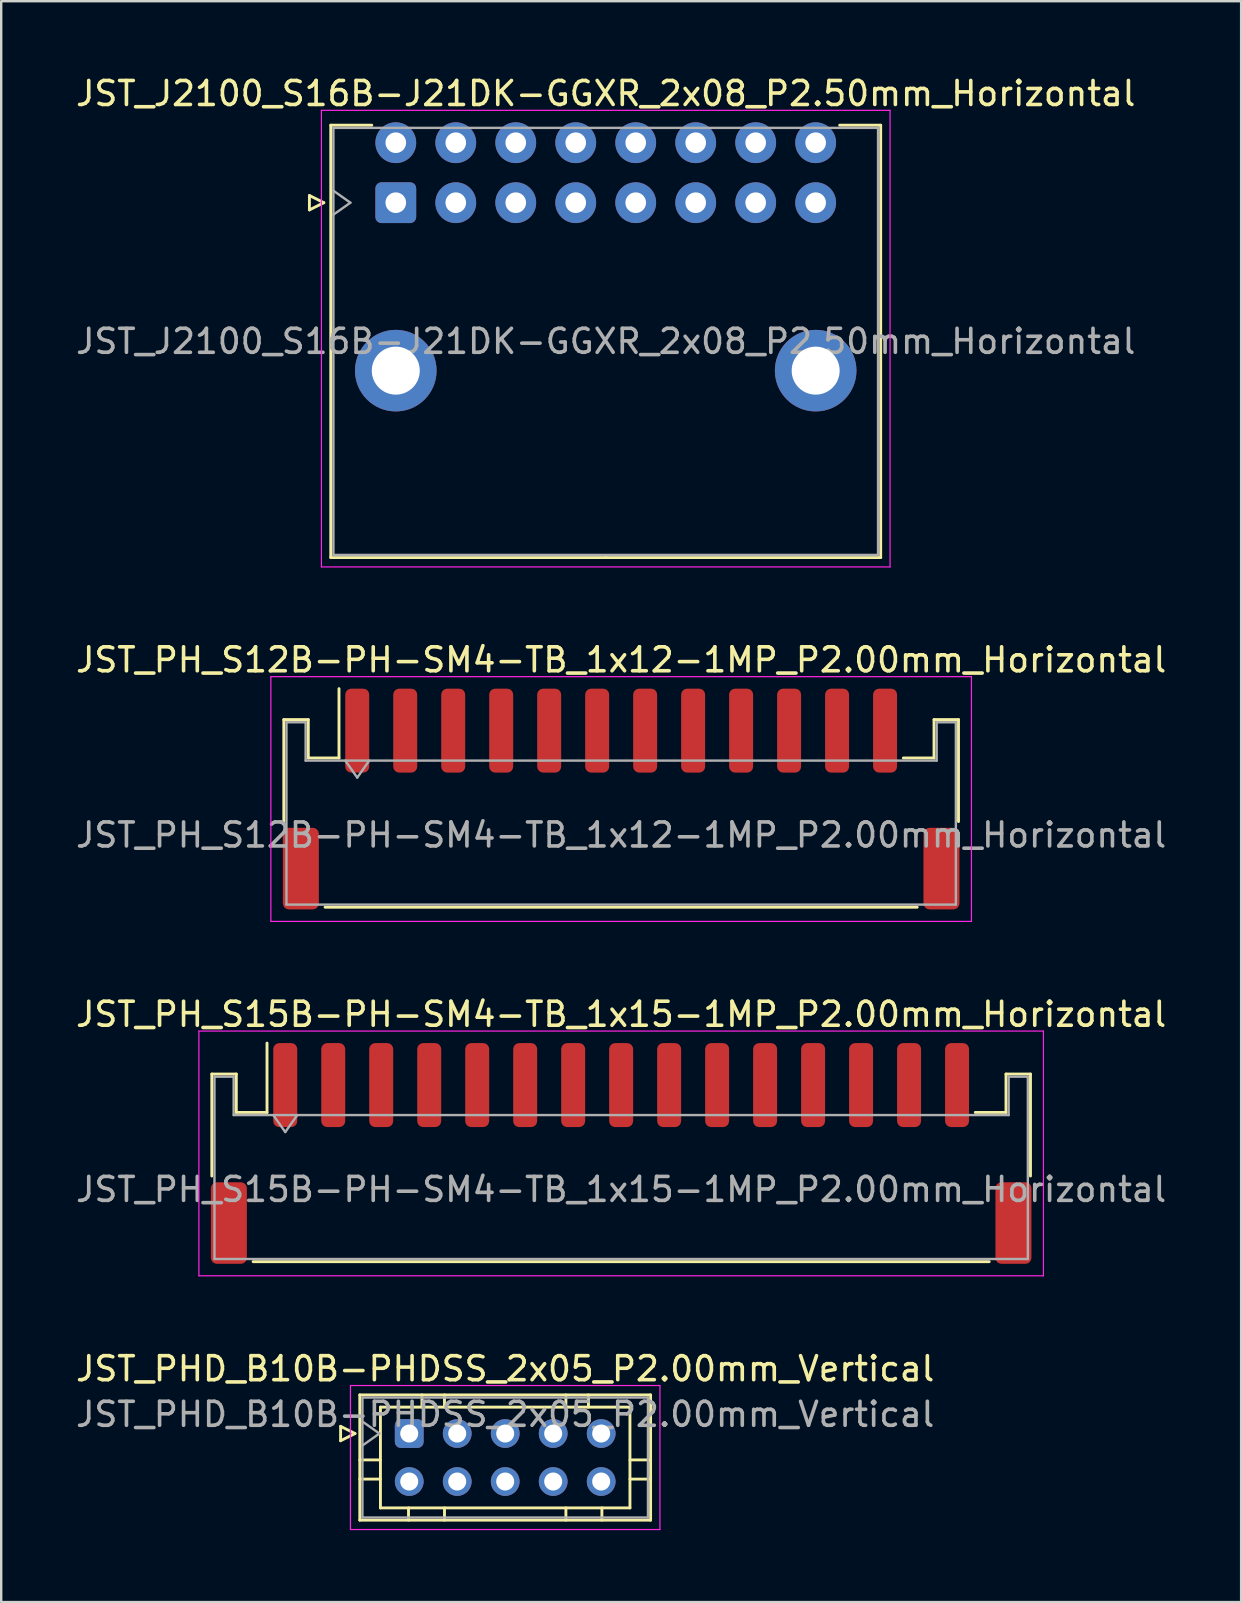
<source format=kicad_pcb>
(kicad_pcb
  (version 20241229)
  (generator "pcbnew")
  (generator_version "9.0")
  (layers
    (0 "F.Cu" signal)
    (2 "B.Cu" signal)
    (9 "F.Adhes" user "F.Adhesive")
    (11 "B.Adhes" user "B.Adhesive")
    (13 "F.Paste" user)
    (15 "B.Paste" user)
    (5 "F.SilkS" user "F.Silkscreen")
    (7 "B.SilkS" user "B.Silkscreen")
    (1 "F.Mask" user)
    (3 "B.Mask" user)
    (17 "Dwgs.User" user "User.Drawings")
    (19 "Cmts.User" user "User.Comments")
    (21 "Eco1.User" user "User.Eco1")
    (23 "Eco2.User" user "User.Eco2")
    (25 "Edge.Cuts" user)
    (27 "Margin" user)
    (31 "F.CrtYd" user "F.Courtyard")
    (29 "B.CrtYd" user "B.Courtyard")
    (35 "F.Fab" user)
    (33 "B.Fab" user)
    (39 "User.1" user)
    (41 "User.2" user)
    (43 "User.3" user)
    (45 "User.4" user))
  (footprint "JST_J2100_S16B-J21DK-GGXR_2x08_P2.50mm_Horizontal"
    (layer "F.Cu")
    (at 13.446 5.398)
    (property "Reference" "JST_J2100_S16B-J21DK-GGXR_2x08_P2.50mm_Horizontal" (at 8.75 -4.55 0) (layer "F.SilkS") (effects (font (size 1 1) (thickness 0.15))))
    (attr through_hole)
    (fp_line (start -3.6 -0.3) (end -3 0) (stroke (width 0.12) (type solid)) (layer "F.SilkS"))
    (fp_line (start -3.6 0.3) (end -3.6 -0.3) (stroke (width 0.12) (type solid)) (layer "F.SilkS"))
    (fp_line (start -3 0) (end -3.6 0.3) (stroke (width 0.12) (type solid)) (layer "F.SilkS"))
    (fp_line (start -2.71 -3.23) (end -2.71 14.79) (stroke (width 0.12) (type solid)) (layer "F.SilkS"))
    (fp_line (start -2.71 14.79) (end 8.75 14.79) (stroke (width 0.12) (type solid)) (layer "F.SilkS"))
    (fp_line (start -1 -3.23) (end -2.71 -3.23) (stroke (width 0.12) (type solid)) (layer "F.SilkS"))
    (fp_line (start 18.5 -3.23) (end 20.21 -3.23) (stroke (width 0.12) (type solid)) (layer "F.SilkS"))
    (fp_line (start 20.21 -3.23) (end 20.21 14.79) (stroke (width 0.12) (type solid)) (layer "F.SilkS"))
    (fp_line (start 20.21 14.79) (end 8.75 14.79) (stroke (width 0.12) (type solid)) (layer "F.SilkS"))
    (fp_line (start -3.1 -3.85) (end -3.1 15.18) (stroke (width 0.05) (type solid)) (layer "F.CrtYd"))
    (fp_line (start -3.1 15.18) (end 20.6 15.18) (stroke (width 0.05) (type solid)) (layer "F.CrtYd"))
    (fp_line (start 20.6 -3.85) (end -3.1 -3.85) (stroke (width 0.05) (type solid)) (layer "F.CrtYd"))
    (fp_line (start 20.6 15.18) (end 20.6 -3.85) (stroke (width 0.05) (type solid)) (layer "F.CrtYd"))
    (fp_line (start -2.6 -3.12) (end -2.6 14.68) (stroke (width 0.1) (type solid)) (layer "F.Fab"))
    (fp_line (start -2.6 0.5) (end -1.893 0) (stroke (width 0.1) (type solid)) (layer "F.Fab"))
    (fp_line (start -2.6 14.68) (end 20.1 14.68) (stroke (width 0.1) (type solid)) (layer "F.Fab"))
    (fp_line (start -1.893 0) (end -2.6 -0.5) (stroke (width 0.1) (type solid)) (layer "F.Fab"))
    (fp_line (start 20.1 -3.12) (end -2.6 -3.12) (stroke (width 0.1) (type solid)) (layer "F.Fab"))
    (fp_line (start 20.1 14.68) (end 20.1 -3.12) (stroke (width 0.1) (type solid)) (layer "F.Fab"))
    (fp_text user "${REFERENCE}" (at 8.75 5.78 0) (layer "F.Fab") (effects (font (size 1 1) (thickness 0.15))))
    (pad "" thru_hole circle (at 0 7) (size 3.4 3.4) (drill 2) (layers "*.Cu" "*.Mask"))
    (pad "" thru_hole circle (at 17.5 7) (size 3.4 3.4) (drill 2) (layers "*.Cu" "*.Mask"))
    (pad "1" thru_hole roundrect (at 0 0) (size 1.7 1.7) (drill 0.86) (layers "*.Cu" "*.Mask") (roundrect_rratio 0.147))
    (pad "2" thru_hole circle (at 2.5 0) (size 1.7 1.7) (drill 0.86) (layers "*.Cu" "*.Mask"))
    (pad "3" thru_hole circle (at 5 0) (size 1.7 1.7) (drill 0.86) (layers "*.Cu" "*.Mask"))
    (pad "4" thru_hole circle (at 7.5 0) (size 1.7 1.7) (drill 0.86) (layers "*.Cu" "*.Mask"))
    (pad "5" thru_hole circle (at 10 0) (size 1.7 1.7) (drill 0.86) (layers "*.Cu" "*.Mask"))
    (pad "6" thru_hole circle (at 12.5 0) (size 1.7 1.7) (drill 0.86) (layers "*.Cu" "*.Mask"))
    (pad "7" thru_hole circle (at 15 0) (size 1.7 1.7) (drill 0.86) (layers "*.Cu" "*.Mask"))
    (pad "8" thru_hole circle (at 17.5 0) (size 1.7 1.7) (drill 0.86) (layers "*.Cu" "*.Mask"))
    (pad "9" thru_hole circle (at 0 -2.5) (size 1.7 1.7) (drill 0.86) (layers "*.Cu" "*.Mask"))
    (pad "10" thru_hole circle (at 2.5 -2.5) (size 1.7 1.7) (drill 0.86) (layers "*.Cu" "*.Mask"))
    (pad "11" thru_hole circle (at 5 -2.5) (size 1.7 1.7) (drill 0.86) (layers "*.Cu" "*.Mask"))
    (pad "12" thru_hole circle (at 7.5 -2.5) (size 1.7 1.7) (drill 0.86) (layers "*.Cu" "*.Mask"))
    (pad "13" thru_hole circle (at 10 -2.5) (size 1.7 1.7) (drill 0.86) (layers "*.Cu" "*.Mask"))
    (pad "14" thru_hole circle (at 12.5 -2.5) (size 1.7 1.7) (drill 0.86) (layers "*.Cu" "*.Mask"))
    (pad "15" thru_hole circle (at 15 -2.5) (size 1.7 1.7) (drill 0.86) (layers "*.Cu" "*.Mask"))
    (pad "16" thru_hole circle (at 17.5 -2.5) (size 1.7 1.7) (drill 0.86) (layers "*.Cu" "*.Mask")))
  (footprint "JST_PH_S12B-PH-SM4-TB_1x12-1MP_P2.00mm_Horizontal"
    (layer "F.Cu")
    (at 22.839 30.252)
    (property "Reference" "JST_PH_S12B-PH-SM4-TB_1x12-1MP_P2.00mm_Horizontal" (at 0 -5.8 0) (layer "F.SilkS") (effects (font (size 1 1) (thickness 0.15))))
    (attr smd)
    (fp_line (start -14.06 -3.31) (end -13.04 -3.31) (stroke (width 0.12) (type solid)) (layer "F.SilkS"))
    (fp_line (start -14.06 0.94) (end -14.06 -3.31) (stroke (width 0.12) (type solid)) (layer "F.SilkS"))
    (fp_line (start -13.04 -3.31) (end -13.04 -1.71) (stroke (width 0.12) (type solid)) (layer "F.SilkS"))
    (fp_line (start -13.04 -1.71) (end -11.76 -1.71) (stroke (width 0.12) (type solid)) (layer "F.SilkS"))
    (fp_line (start -12.34 4.51) (end 12.34 4.51) (stroke (width 0.12) (type solid)) (layer "F.SilkS"))
    (fp_line (start -11.76 -1.71) (end -11.76 -4.6) (stroke (width 0.12) (type solid)) (layer "F.SilkS"))
    (fp_line (start 13.04 -3.31) (end 13.04 -1.71) (stroke (width 0.12) (type solid)) (layer "F.SilkS"))
    (fp_line (start 13.04 -1.71) (end 11.76 -1.71) (stroke (width 0.12) (type solid)) (layer "F.SilkS"))
    (fp_line (start 14.06 -3.31) (end 13.04 -3.31) (stroke (width 0.12) (type solid)) (layer "F.SilkS"))
    (fp_line (start 14.06 0.94) (end 14.06 -3.31) (stroke (width 0.12) (type solid)) (layer "F.SilkS"))
    (fp_line (start -14.6 -5.1) (end -14.6 5.1) (stroke (width 0.05) (type solid)) (layer "F.CrtYd"))
    (fp_line (start -14.6 5.1) (end 14.6 5.1) (stroke (width 0.05) (type solid)) (layer "F.CrtYd"))
    (fp_line (start 14.6 -5.1) (end -14.6 -5.1) (stroke (width 0.05) (type solid)) (layer "F.CrtYd"))
    (fp_line (start 14.6 5.1) (end 14.6 -5.1) (stroke (width 0.05) (type solid)) (layer "F.CrtYd"))
    (fp_line (start -13.95 -3.2) (end -13.95 4.4) (stroke (width 0.1) (type solid)) (layer "F.Fab"))
    (fp_line (start -13.95 -3.2) (end -13.15 -3.2) (stroke (width 0.1) (type solid)) (layer "F.Fab"))
    (fp_line (start -13.95 4.4) (end 13.95 4.4) (stroke (width 0.1) (type solid)) (layer "F.Fab"))
    (fp_line (start -13.15 -3.2) (end -13.15 -1.6) (stroke (width 0.1) (type solid)) (layer "F.Fab"))
    (fp_line (start -13.15 -1.6) (end 13.15 -1.6) (stroke (width 0.1) (type solid)) (layer "F.Fab"))
    (fp_line (start -11.5 -1.6) (end -11 -0.893) (stroke (width 0.1) (type solid)) (layer "F.Fab"))
    (fp_line (start -11 -0.893) (end -10.5 -1.6) (stroke (width 0.1) (type solid)) (layer "F.Fab"))
    (fp_line (start 13.15 -3.2) (end 13.95 -3.2) (stroke (width 0.1) (type solid)) (layer "F.Fab"))
    (fp_line (start 13.15 -1.6) (end 13.15 -3.2) (stroke (width 0.1) (type solid)) (layer "F.Fab"))
    (fp_line (start 13.95 -3.2) (end 13.95 4.4) (stroke (width 0.1) (type solid)) (layer "F.Fab"))
    (fp_text user "${REFERENCE}" (at 0 1.5 0) (layer "F.Fab") (effects (font (size 1 1) (thickness 0.15))))
    (pad "1" smd roundrect (at -11 -2.85) (size 1 3.5) (layers "F.Cu" "F.Mask" "F.Paste") (roundrect_rratio 0.25))
    (pad "2" smd roundrect (at -9 -2.85) (size 1 3.5) (layers "F.Cu" "F.Mask" "F.Paste") (roundrect_rratio 0.25))
    (pad "3" smd roundrect (at -7 -2.85) (size 1 3.5) (layers "F.Cu" "F.Mask" "F.Paste") (roundrect_rratio 0.25))
    (pad "4" smd roundrect (at -5 -2.85) (size 1 3.5) (layers "F.Cu" "F.Mask" "F.Paste") (roundrect_rratio 0.25))
    (pad "5" smd roundrect (at -3 -2.85) (size 1 3.5) (layers "F.Cu" "F.Mask" "F.Paste") (roundrect_rratio 0.25))
    (pad "6" smd roundrect (at -1 -2.85) (size 1 3.5) (layers "F.Cu" "F.Mask" "F.Paste") (roundrect_rratio 0.25))
    (pad "7" smd roundrect (at 1 -2.85) (size 1 3.5) (layers "F.Cu" "F.Mask" "F.Paste") (roundrect_rratio 0.25))
    (pad "8" smd roundrect (at 3 -2.85) (size 1 3.5) (layers "F.Cu" "F.Mask" "F.Paste") (roundrect_rratio 0.25))
    (pad "9" smd roundrect (at 5 -2.85) (size 1 3.5) (layers "F.Cu" "F.Mask" "F.Paste") (roundrect_rratio 0.25))
    (pad "10" smd roundrect (at 7 -2.85) (size 1 3.5) (layers "F.Cu" "F.Mask" "F.Paste") (roundrect_rratio 0.25))
    (pad "11" smd roundrect (at 9 -2.85) (size 1 3.5) (layers "F.Cu" "F.Mask" "F.Paste") (roundrect_rratio 0.25))
    (pad "12" smd roundrect (at 11 -2.85) (size 1 3.5) (layers "F.Cu" "F.Mask" "F.Paste") (roundrect_rratio 0.25))
    (pad "MP" smd roundrect (at -13.35 2.9) (size 1.5 3.4) (layers "F.Cu" "F.Mask" "F.Paste") (roundrect_rratio 0.167))
    (pad "MP" smd roundrect (at 13.35 2.9) (size 1.5 3.4) (layers "F.Cu" "F.Mask" "F.Paste") (roundrect_rratio 0.167)))
  (footprint "JST_PH_S15B-PH-SM4-TB_1x15-1MP_P2.00mm_Horizontal"
    (layer "F.Cu")
    (at 22.839 45.025)
    (property "Reference" "JST_PH_S15B-PH-SM4-TB_1x15-1MP_P2.00mm_Horizontal" (at 0 -5.8 0) (layer "F.SilkS") (effects (font (size 1 1) (thickness 0.15))))
    (attr smd)
    (fp_line (start -17.06 -3.31) (end -16.04 -3.31) (stroke (width 0.12) (type solid)) (layer "F.SilkS"))
    (fp_line (start -17.06 0.94) (end -17.06 -3.31) (stroke (width 0.12) (type solid)) (layer "F.SilkS"))
    (fp_line (start -16.04 -3.31) (end -16.04 -1.71) (stroke (width 0.12) (type solid)) (layer "F.SilkS"))
    (fp_line (start -16.04 -1.71) (end -14.76 -1.71) (stroke (width 0.12) (type solid)) (layer "F.SilkS"))
    (fp_line (start -15.34 4.51) (end 15.34 4.51) (stroke (width 0.12) (type solid)) (layer "F.SilkS"))
    (fp_line (start -14.76 -1.71) (end -14.76 -4.6) (stroke (width 0.12) (type solid)) (layer "F.SilkS"))
    (fp_line (start 16.04 -3.31) (end 16.04 -1.71) (stroke (width 0.12) (type solid)) (layer "F.SilkS"))
    (fp_line (start 16.04 -1.71) (end 14.76 -1.71) (stroke (width 0.12) (type solid)) (layer "F.SilkS"))
    (fp_line (start 17.06 -3.31) (end 16.04 -3.31) (stroke (width 0.12) (type solid)) (layer "F.SilkS"))
    (fp_line (start 17.06 0.94) (end 17.06 -3.31) (stroke (width 0.12) (type solid)) (layer "F.SilkS"))
    (fp_line (start -17.6 -5.1) (end -17.6 5.1) (stroke (width 0.05) (type solid)) (layer "F.CrtYd"))
    (fp_line (start -17.6 5.1) (end 17.6 5.1) (stroke (width 0.05) (type solid)) (layer "F.CrtYd"))
    (fp_line (start 17.6 -5.1) (end -17.6 -5.1) (stroke (width 0.05) (type solid)) (layer "F.CrtYd"))
    (fp_line (start 17.6 5.1) (end 17.6 -5.1) (stroke (width 0.05) (type solid)) (layer "F.CrtYd"))
    (fp_line (start -16.95 -3.2) (end -16.95 4.4) (stroke (width 0.1) (type solid)) (layer "F.Fab"))
    (fp_line (start -16.95 -3.2) (end -16.15 -3.2) (stroke (width 0.1) (type solid)) (layer "F.Fab"))
    (fp_line (start -16.95 4.4) (end 16.95 4.4) (stroke (width 0.1) (type solid)) (layer "F.Fab"))
    (fp_line (start -16.15 -3.2) (end -16.15 -1.6) (stroke (width 0.1) (type solid)) (layer "F.Fab"))
    (fp_line (start -16.15 -1.6) (end 16.15 -1.6) (stroke (width 0.1) (type solid)) (layer "F.Fab"))
    (fp_line (start -14.5 -1.6) (end -14 -0.893) (stroke (width 0.1) (type solid)) (layer "F.Fab"))
    (fp_line (start -14 -0.893) (end -13.5 -1.6) (stroke (width 0.1) (type solid)) (layer "F.Fab"))
    (fp_line (start 16.15 -3.2) (end 16.95 -3.2) (stroke (width 0.1) (type solid)) (layer "F.Fab"))
    (fp_line (start 16.15 -1.6) (end 16.15 -3.2) (stroke (width 0.1) (type solid)) (layer "F.Fab"))
    (fp_line (start 16.95 -3.2) (end 16.95 4.4) (stroke (width 0.1) (type solid)) (layer "F.Fab"))
    (fp_text user "${REFERENCE}" (at 0 1.5 0) (layer "F.Fab") (effects (font (size 1 1) (thickness 0.15))))
    (pad "1" smd roundrect (at -14 -2.85) (size 1 3.5) (layers "F.Cu" "F.Mask" "F.Paste") (roundrect_rratio 0.25))
    (pad "2" smd roundrect (at -12 -2.85) (size 1 3.5) (layers "F.Cu" "F.Mask" "F.Paste") (roundrect_rratio 0.25))
    (pad "3" smd roundrect (at -10 -2.85) (size 1 3.5) (layers "F.Cu" "F.Mask" "F.Paste") (roundrect_rratio 0.25))
    (pad "4" smd roundrect (at -8 -2.85) (size 1 3.5) (layers "F.Cu" "F.Mask" "F.Paste") (roundrect_rratio 0.25))
    (pad "5" smd roundrect (at -6 -2.85) (size 1 3.5) (layers "F.Cu" "F.Mask" "F.Paste") (roundrect_rratio 0.25))
    (pad "6" smd roundrect (at -4 -2.85) (size 1 3.5) (layers "F.Cu" "F.Mask" "F.Paste") (roundrect_rratio 0.25))
    (pad "7" smd roundrect (at -2 -2.85) (size 1 3.5) (layers "F.Cu" "F.Mask" "F.Paste") (roundrect_rratio 0.25))
    (pad "8" smd roundrect (at 0 -2.85) (size 1 3.5) (layers "F.Cu" "F.Mask" "F.Paste") (roundrect_rratio 0.25))
    (pad "9" smd roundrect (at 2 -2.85) (size 1 3.5) (layers "F.Cu" "F.Mask" "F.Paste") (roundrect_rratio 0.25))
    (pad "10" smd roundrect (at 4 -2.85) (size 1 3.5) (layers "F.Cu" "F.Mask" "F.Paste") (roundrect_rratio 0.25))
    (pad "11" smd roundrect (at 6 -2.85) (size 1 3.5) (layers "F.Cu" "F.Mask" "F.Paste") (roundrect_rratio 0.25))
    (pad "12" smd roundrect (at 8 -2.85) (size 1 3.5) (layers "F.Cu" "F.Mask" "F.Paste") (roundrect_rratio 0.25))
    (pad "13" smd roundrect (at 10 -2.85) (size 1 3.5) (layers "F.Cu" "F.Mask" "F.Paste") (roundrect_rratio 0.25))
    (pad "14" smd roundrect (at 12 -2.85) (size 1 3.5) (layers "F.Cu" "F.Mask" "F.Paste") (roundrect_rratio 0.25))
    (pad "15" smd roundrect (at 14 -2.85) (size 1 3.5) (layers "F.Cu" "F.Mask" "F.Paste") (roundrect_rratio 0.25))
    (pad "MP" smd roundrect (at -16.35 2.9) (size 1.5 3.4) (layers "F.Cu" "F.Mask" "F.Paste") (roundrect_rratio 0.167))
    (pad "MP" smd roundrect (at 16.35 2.9) (size 1.5 3.4) (layers "F.Cu" "F.Mask" "F.Paste") (roundrect_rratio 0.167)))
  (footprint "JST_PHD_B10B-PHDSS_2x05_P2.00mm_Vertical"
    (layer "F.Cu")
    (at 14.006 56.698)
    (property "Reference" "JST_PHD_B10B-PHDSS_2x05_P2.00mm_Vertical" (at 4 -2.7 0) (layer "F.SilkS") (effects (font (size 1 1) (thickness 0.15))))
    (attr through_hole)
    (fp_line (start -2.86 -0.3) (end -2.26 0) (stroke (width 0.12) (type solid)) (layer "F.SilkS"))
    (fp_line (start -2.86 0.3) (end -2.86 -0.3) (stroke (width 0.12) (type solid)) (layer "F.SilkS"))
    (fp_line (start -2.26 0) (end -2.86 0.3) (stroke (width 0.12) (type solid)) (layer "F.SilkS"))
    (fp_line (start -2.06 -1.61) (end -2.06 3.61) (stroke (width 0.12) (type solid)) (layer "F.SilkS"))
    (fp_line (start -2.06 1.1) (end -1.2 1.1) (stroke (width 0.12) (type solid)) (layer "F.SilkS"))
    (fp_line (start -2.06 1.9) (end -1.2 1.9) (stroke (width 0.12) (type solid)) (layer "F.SilkS"))
    (fp_line (start -2.06 3.61) (end 10.06 3.61) (stroke (width 0.12) (type solid)) (layer "F.SilkS"))
    (fp_line (start -1.2 -1.1) (end -1.2 3.1) (stroke (width 0.12) (type solid)) (layer "F.SilkS"))
    (fp_line (start -1.2 3.1) (end 9.2 3.1) (stroke (width 0.12) (type solid)) (layer "F.SilkS"))
    (fp_line (start -0.03 3.61) (end -0.03 3.1) (stroke (width 0.12) (type solid)) (layer "F.SilkS"))
    (fp_line (start 0.53 -1.61) (end 0.53 -1.1) (stroke (width 0.12) (type solid)) (layer "F.SilkS"))
    (fp_line (start 1.47 -1.61) (end 1.47 -1.1) (stroke (width 0.12) (type solid)) (layer "F.SilkS"))
    (fp_line (start 1.47 3.61) (end 1.47 3.1) (stroke (width 0.12) (type solid)) (layer "F.SilkS"))
    (fp_line (start 6.53 -1.61) (end 6.53 -1.1) (stroke (width 0.12) (type solid)) (layer "F.SilkS"))
    (fp_line (start 6.53 3.61) (end 6.53 3.1) (stroke (width 0.12) (type solid)) (layer "F.SilkS"))
    (fp_line (start 7.47 -1.61) (end 7.47 -1.1) (stroke (width 0.12) (type solid)) (layer "F.SilkS"))
    (fp_line (start 8.03 3.61) (end 8.03 3.1) (stroke (width 0.12) (type solid)) (layer "F.SilkS"))
    (fp_line (start 9.2 -1.1) (end -1.2 -1.1) (stroke (width 0.12) (type solid)) (layer "F.SilkS"))
    (fp_line (start 9.2 3.1) (end 9.2 -1.1) (stroke (width 0.12) (type solid)) (layer "F.SilkS"))
    (fp_line (start 10.06 -1.61) (end -2.06 -1.61) (stroke (width 0.12) (type solid)) (layer "F.SilkS"))
    (fp_line (start 10.06 1.1) (end 9.2 1.1) (stroke (width 0.12) (type solid)) (layer "F.SilkS"))
    (fp_line (start 10.06 1.9) (end 9.2 1.9) (stroke (width 0.12) (type solid)) (layer "F.SilkS"))
    (fp_line (start 10.06 3.61) (end 10.06 -1.61) (stroke (width 0.12) (type solid)) (layer "F.SilkS"))
    (fp_line (start -2.45 -2) (end -2.45 4) (stroke (width 0.05) (type solid)) (layer "F.CrtYd"))
    (fp_line (start -2.45 4) (end 10.45 4) (stroke (width 0.05) (type solid)) (layer "F.CrtYd"))
    (fp_line (start 10.45 -2) (end -2.45 -2) (stroke (width 0.05) (type solid)) (layer "F.CrtYd"))
    (fp_line (start 10.45 4) (end 10.45 -2) (stroke (width 0.05) (type solid)) (layer "F.CrtYd"))
    (fp_line (start -1.95 -1.5) (end -1.95 3.5) (stroke (width 0.1) (type solid)) (layer "F.Fab"))
    (fp_line (start -1.95 0.5) (end -1.243 0) (stroke (width 0.1) (type solid)) (layer "F.Fab"))
    (fp_line (start -1.95 3.5) (end 9.95 3.5) (stroke (width 0.1) (type solid)) (layer "F.Fab"))
    (fp_line (start -1.243 0) (end -1.95 -0.5) (stroke (width 0.1) (type solid)) (layer "F.Fab"))
    (fp_line (start 9.95 -1.5) (end -1.95 -1.5) (stroke (width 0.1) (type solid)) (layer "F.Fab"))
    (fp_line (start 9.95 3.5) (end 9.95 -1.5) (stroke (width 0.1) (type solid)) (layer "F.Fab"))
    (fp_text user "${REFERENCE}" (at 4 -0.8 0) (layer "F.Fab") (effects (font (size 1 1) (thickness 0.15))))
    (pad "1" thru_hole roundrect (at 0 0) (size 1.2 1.2) (drill 0.75) (layers "*.Cu" "*.Mask") (roundrect_rratio 0.208))
    (pad "2" thru_hole circle (at 0 2) (size 1.2 1.2) (drill 0.75) (layers "*.Cu" "*.Mask"))
    (pad "3" thru_hole circle (at 2 0) (size 1.2 1.2) (drill 0.75) (layers "*.Cu" "*.Mask"))
    (pad "4" thru_hole circle (at 2 2) (size 1.2 1.2) (drill 0.75) (layers "*.Cu" "*.Mask"))
    (pad "5" thru_hole circle (at 4 0) (size 1.2 1.2) (drill 0.75) (layers "*.Cu" "*.Mask"))
    (pad "6" thru_hole circle (at 4 2) (size 1.2 1.2) (drill 0.75) (layers "*.Cu" "*.Mask"))
    (pad "7" thru_hole circle (at 6 0) (size 1.2 1.2) (drill 0.75) (layers "*.Cu" "*.Mask"))
    (pad "8" thru_hole circle (at 6 2) (size 1.2 1.2) (drill 0.75) (layers "*.Cu" "*.Mask"))
    (pad "9" thru_hole circle (at 8 0) (size 1.2 1.2) (drill 0.75) (layers "*.Cu" "*.Mask"))
    (pad "10" thru_hole circle (at 8 2) (size 1.2 1.2) (drill 0.75) (layers "*.Cu" "*.Mask")))
  (gr_rect
    (start -3 -3)
    (end 48.679 63.723)
    (stroke (width 0.1) (type default))
    (fill no)
    (layer "Edge.Cuts")))
</source>
